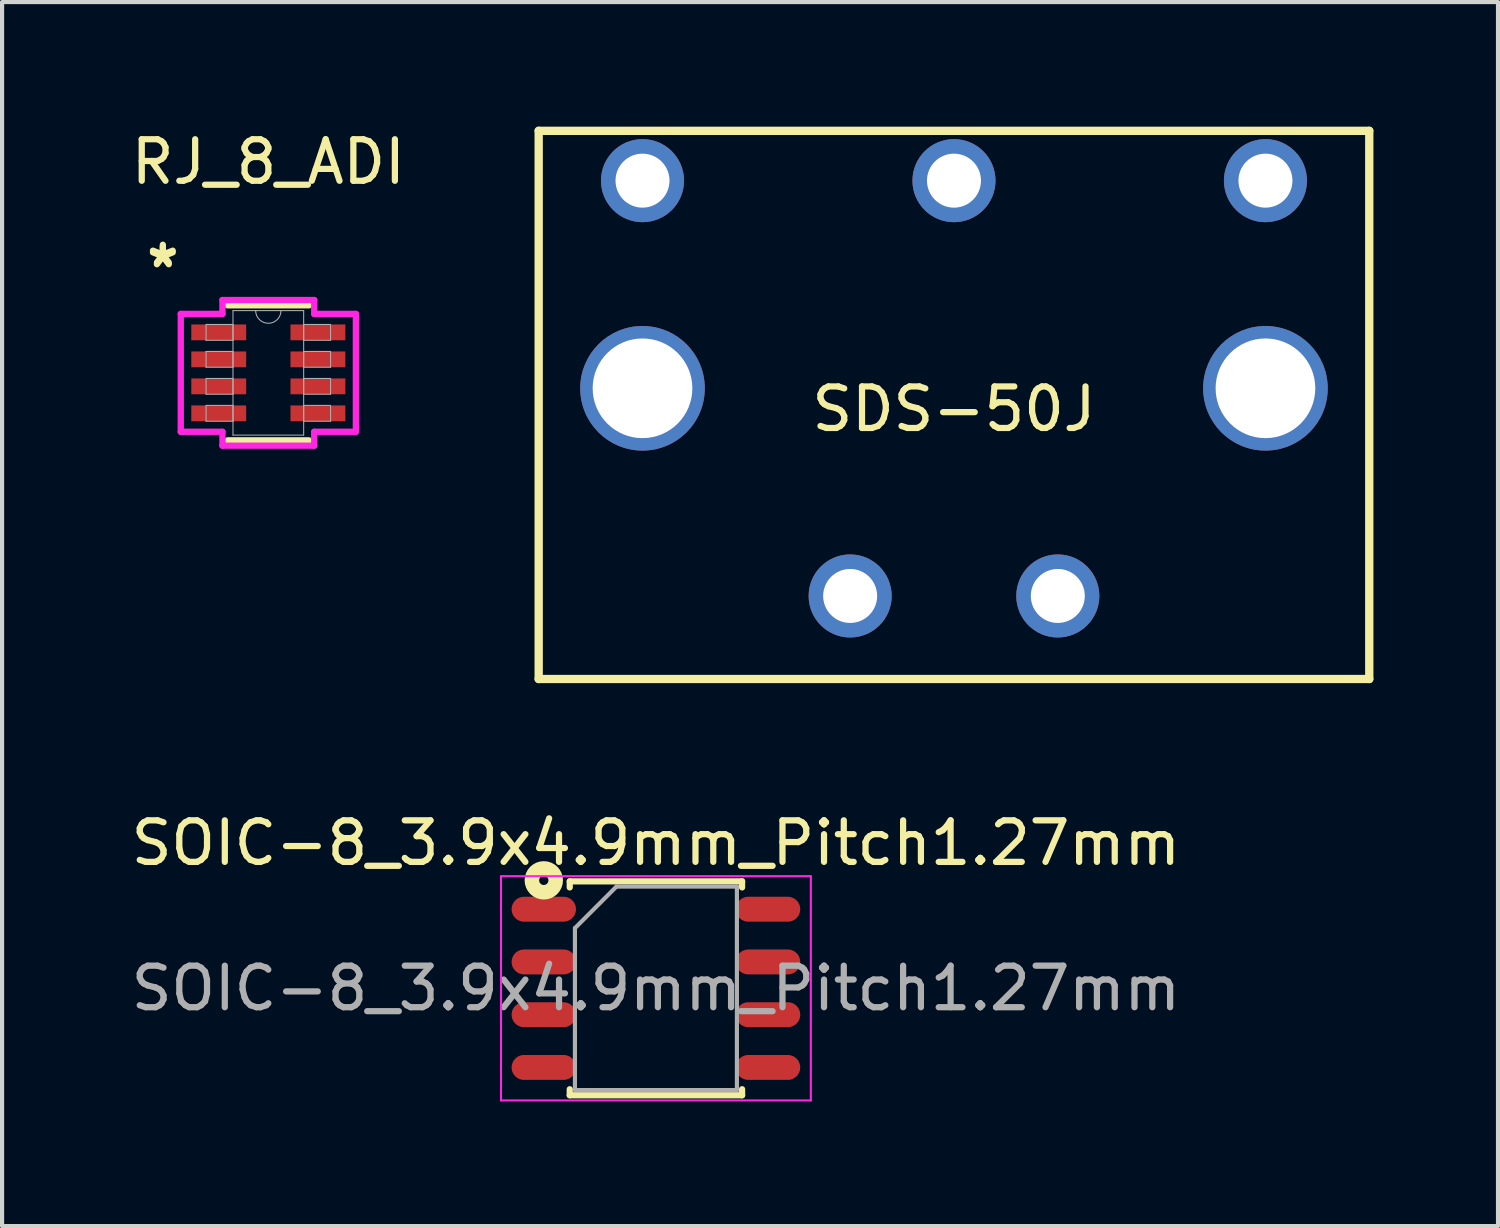
<source format=kicad_pcb>
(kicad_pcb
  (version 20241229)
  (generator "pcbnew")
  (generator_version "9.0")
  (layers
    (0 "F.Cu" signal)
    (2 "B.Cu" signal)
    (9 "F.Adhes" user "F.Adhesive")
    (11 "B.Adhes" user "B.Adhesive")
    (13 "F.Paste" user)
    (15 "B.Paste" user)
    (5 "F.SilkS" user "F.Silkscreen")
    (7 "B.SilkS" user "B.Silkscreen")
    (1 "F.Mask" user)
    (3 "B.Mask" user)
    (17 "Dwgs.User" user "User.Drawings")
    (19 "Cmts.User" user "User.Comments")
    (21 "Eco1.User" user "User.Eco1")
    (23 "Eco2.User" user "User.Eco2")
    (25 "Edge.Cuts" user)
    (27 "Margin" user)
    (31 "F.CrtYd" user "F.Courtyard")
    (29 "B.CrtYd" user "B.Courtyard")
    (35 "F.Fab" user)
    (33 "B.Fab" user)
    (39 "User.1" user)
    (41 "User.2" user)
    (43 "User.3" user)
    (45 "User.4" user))
  (footprint "SDS-50J"
    (layer "F.Cu")
    (at 19.921 6.3)
    (property "Reference" "SDS-50J" (at 0 0.5 0) (layer "F.SilkS") (effects (font (size 1 1) (thickness 0.15))))
    (attr through_hole)
    (fp_line (start -10 -6.2) (end 10 -6.2) (stroke (width 0.2) (type solid)) (layer "F.SilkS"))
    (fp_line (start -10 7) (end -10 -6.2) (stroke (width 0.2) (type solid)) (layer "F.SilkS"))
    (fp_line (start -10 7) (end 10 7) (stroke (width 0.2) (type solid)) (layer "F.SilkS"))
    (fp_line (start 10 7) (end 10 -6.2) (stroke (width 0.2) (type solid)) (layer "F.SilkS"))
    (pad "1" thru_hole circle (at 7.5 -5) (size 2 2) (drill 1.3) (layers "*.Cu" "*.Mask"))
    (pad "2" thru_hole circle (at 0 -5) (size 2 2) (drill 1.3) (layers "*.Cu" "*.Mask"))
    (pad "3" thru_hole circle (at -7.5 -5) (size 2 2) (drill 1.3) (layers "*.Cu" "*.Mask"))
    (pad "4" thru_hole circle (at -2.5 5) (size 2 2) (drill 1.3) (layers "*.Cu" "*.Mask"))
    (pad "5" thru_hole circle (at 2.5 5) (size 2 2) (drill 1.3) (layers "*.Cu" "*.Mask"))
    (pad "M" thru_hole circle (at -7.5 0) (size 3 3) (drill 2.4) (layers "*.Cu" "*.Mask"))
    (pad "M" thru_hole circle (at 7.5 0) (size 3 3) (drill 2.4) (layers "*.Cu" "*.Mask")))
  (footprint "RJ_8_ADI"
    (layer "F.Cu")
    (at 3.411 5.928)
    (property "Reference" "RJ_8_ADI" (at 0 -5.08 0) (unlocked yes) (layer "F.SilkS") (effects (font (size 1 1) (thickness 0.15))))
    (attr smd)
    (fp_line (start -0.978 1.626) (end 0.978 1.626) (stroke (width 0.152) (type solid)) (layer "F.SilkS"))
    (fp_line (start 0.978 -1.626) (end -0.978 -1.626) (stroke (width 0.152) (type solid)) (layer "F.SilkS"))
    (fp_line (start -2.108 -1.419) (end -1.105 -1.419) (stroke (width 0.152) (type solid)) (layer "F.CrtYd"))
    (fp_line (start -2.108 1.419) (end -2.108 -1.419) (stroke (width 0.152) (type solid)) (layer "F.CrtYd"))
    (fp_line (start -1.105 -1.753) (end 1.105 -1.753) (stroke (width 0.152) (type solid)) (layer "F.CrtYd"))
    (fp_line (start -1.105 -1.419) (end -1.105 -1.753) (stroke (width 0.152) (type solid)) (layer "F.CrtYd"))
    (fp_line (start -1.105 1.419) (end -2.108 1.419) (stroke (width 0.152) (type solid)) (layer "F.CrtYd"))
    (fp_line (start -1.105 1.753) (end -1.105 1.419) (stroke (width 0.152) (type solid)) (layer "F.CrtYd"))
    (fp_line (start 1.105 -1.753) (end 1.105 -1.419) (stroke (width 0.152) (type solid)) (layer "F.CrtYd"))
    (fp_line (start 1.105 -1.419) (end 2.108 -1.419) (stroke (width 0.152) (type solid)) (layer "F.CrtYd"))
    (fp_line (start 1.105 1.419) (end 1.105 1.753) (stroke (width 0.152) (type solid)) (layer "F.CrtYd"))
    (fp_line (start 1.105 1.753) (end -1.105 1.753) (stroke (width 0.152) (type solid)) (layer "F.CrtYd"))
    (fp_line (start 2.108 -1.419) (end 2.108 1.419) (stroke (width 0.152) (type solid)) (layer "F.CrtYd"))
    (fp_line (start 2.108 1.419) (end 1.105 1.419) (stroke (width 0.152) (type solid)) (layer "F.CrtYd"))
    (fp_line (start -1.499 -1.165) (end -1.499 -0.784) (stroke (width 0.025) (type solid)) (layer "F.Fab"))
    (fp_line (start -1.499 -0.784) (end -0.851 -0.784) (stroke (width 0.025) (type solid)) (layer "F.Fab"))
    (fp_line (start -1.499 -0.515) (end -1.499 -0.135) (stroke (width 0.025) (type solid)) (layer "F.Fab"))
    (fp_line (start -1.499 -0.135) (end -0.851 -0.135) (stroke (width 0.025) (type solid)) (layer "F.Fab"))
    (fp_line (start -1.499 0.135) (end -1.499 0.515) (stroke (width 0.025) (type solid)) (layer "F.Fab"))
    (fp_line (start -1.499 0.515) (end -0.851 0.515) (stroke (width 0.025) (type solid)) (layer "F.Fab"))
    (fp_line (start -1.499 0.784) (end -1.499 1.165) (stroke (width 0.025) (type solid)) (layer "F.Fab"))
    (fp_line (start -1.499 1.165) (end -0.851 1.165) (stroke (width 0.025) (type solid)) (layer "F.Fab"))
    (fp_line (start -0.851 -1.499) (end -0.851 1.499) (stroke (width 0.025) (type solid)) (layer "F.Fab"))
    (fp_line (start -0.851 -1.165) (end -1.499 -1.165) (stroke (width 0.025) (type solid)) (layer "F.Fab"))
    (fp_line (start -0.851 -0.784) (end -0.851 -1.165) (stroke (width 0.025) (type solid)) (layer "F.Fab"))
    (fp_line (start -0.851 -0.515) (end -1.499 -0.515) (stroke (width 0.025) (type solid)) (layer "F.Fab"))
    (fp_line (start -0.851 -0.135) (end -0.851 -0.515) (stroke (width 0.025) (type solid)) (layer "F.Fab"))
    (fp_line (start -0.851 0.135) (end -1.499 0.135) (stroke (width 0.025) (type solid)) (layer "F.Fab"))
    (fp_line (start -0.851 0.515) (end -0.851 0.135) (stroke (width 0.025) (type solid)) (layer "F.Fab"))
    (fp_line (start -0.851 0.784) (end -1.499 0.784) (stroke (width 0.025) (type solid)) (layer "F.Fab"))
    (fp_line (start -0.851 1.165) (end -0.851 0.784) (stroke (width 0.025) (type solid)) (layer "F.Fab"))
    (fp_line (start -0.851 1.499) (end 0.851 1.499) (stroke (width 0.025) (type solid)) (layer "F.Fab"))
    (fp_line (start 0.851 -1.499) (end -0.851 -1.499) (stroke (width 0.025) (type solid)) (layer "F.Fab"))
    (fp_line (start 0.851 -1.165) (end 0.851 -0.784) (stroke (width 0.025) (type solid)) (layer "F.Fab"))
    (fp_line (start 0.851 -0.784) (end 1.499 -0.784) (stroke (width 0.025) (type solid)) (layer "F.Fab"))
    (fp_line (start 0.851 -0.515) (end 0.851 -0.135) (stroke (width 0.025) (type solid)) (layer "F.Fab"))
    (fp_line (start 0.851 -0.135) (end 1.499 -0.135) (stroke (width 0.025) (type solid)) (layer "F.Fab"))
    (fp_line (start 0.851 0.135) (end 0.851 0.515) (stroke (width 0.025) (type solid)) (layer "F.Fab"))
    (fp_line (start 0.851 0.515) (end 1.499 0.515) (stroke (width 0.025) (type solid)) (layer "F.Fab"))
    (fp_line (start 0.851 0.784) (end 0.851 1.165) (stroke (width 0.025) (type solid)) (layer "F.Fab"))
    (fp_line (start 0.851 1.165) (end 1.499 1.165) (stroke (width 0.025) (type solid)) (layer "F.Fab"))
    (fp_line (start 0.851 1.499) (end 0.851 -1.499) (stroke (width 0.025) (type solid)) (layer "F.Fab"))
    (fp_line (start 1.499 -1.165) (end 0.851 -1.165) (stroke (width 0.025) (type solid)) (layer "F.Fab"))
    (fp_line (start 1.499 -0.784) (end 1.499 -1.165) (stroke (width 0.025) (type solid)) (layer "F.Fab"))
    (fp_line (start 1.499 -0.515) (end 0.851 -0.515) (stroke (width 0.025) (type solid)) (layer "F.Fab"))
    (fp_line (start 1.499 -0.135) (end 1.499 -0.515) (stroke (width 0.025) (type solid)) (layer "F.Fab"))
    (fp_line (start 1.499 0.135) (end 0.851 0.135) (stroke (width 0.025) (type solid)) (layer "F.Fab"))
    (fp_line (start 1.499 0.515) (end 1.499 0.135) (stroke (width 0.025) (type solid)) (layer "F.Fab"))
    (fp_line (start 1.499 0.784) (end 0.851 0.784) (stroke (width 0.025) (type solid)) (layer "F.Fab"))
    (fp_line (start 1.499 1.165) (end 1.499 0.784) (stroke (width 0.025) (type solid)) (layer "F.Fab"))
    (fp_arc (start 0.3048 -1.4986) (mid 0 -1.1938) (end -0.3048 -1.4986) (stroke (width 0.0254) (type solid)) (layer "F.Fab"))
    (fp_text user "*" (at -2.54 -2.499 0) (layer "F.SilkS") (effects (font (size 1 1) (thickness 0.15))))
    (fp_text user "*" (at -2.54 -2.54 0) (unlocked yes) (layer "F.SilkS") (effects (font (size 1 1) (thickness 0.15))))
    (pad "1" smd rect (at -1.194 -0.975) (size 1.321 0.381) (layers "F.Cu" "F.Mask" "F.Paste"))
    (pad "2" smd rect (at -1.194 -0.325) (size 1.321 0.381) (layers "F.Cu" "F.Mask" "F.Paste"))
    (pad "3" smd rect (at -1.194 0.325) (size 1.321 0.381) (layers "F.Cu" "F.Mask" "F.Paste"))
    (pad "4" smd rect (at -1.194 0.975) (size 1.321 0.381) (layers "F.Cu" "F.Mask" "F.Paste"))
    (pad "5" smd rect (at 1.194 0.975) (size 1.321 0.381) (layers "F.Cu" "F.Mask" "F.Paste"))
    (pad "6" smd rect (at 1.194 0.325) (size 1.321 0.381) (layers "F.Cu" "F.Mask" "F.Paste"))
    (pad "7" smd rect (at 1.194 -0.325) (size 1.321 0.381) (layers "F.Cu" "F.Mask" "F.Paste"))
    (pad "8" smd rect (at 1.194 -0.975) (size 1.321 0.381) (layers "F.Cu" "F.Mask" "F.Paste")))
  (footprint "SOIC-8_3.9x4.9mm_Pitch1.27mm"
    (layer "F.Cu")
    (at 12.744 20.748)
    (property "Reference" "SOIC-8_3.9x4.9mm_Pitch1.27mm" (at 0 -3.5 0) (layer "F.SilkS") (effects (font (size 1 1) (thickness 0.15))))
    (attr smd)
    (fp_line (start -2.075 -2.575) (end -2.075 -2.43) (stroke (width 0.15) (type solid)) (layer "F.SilkS"))
    (fp_line (start -2.075 -2.575) (end 2.075 -2.575) (stroke (width 0.15) (type solid)) (layer "F.SilkS"))
    (fp_line (start -2.075 2.575) (end -2.075 2.43) (stroke (width 0.15) (type solid)) (layer "F.SilkS"))
    (fp_line (start -2.075 2.575) (end 2.075 2.575) (stroke (width 0.15) (type solid)) (layer "F.SilkS"))
    (fp_line (start 2.075 -2.575) (end 2.075 -2.43) (stroke (width 0.15) (type solid)) (layer "F.SilkS"))
    (fp_line (start 2.075 2.575) (end 2.075 2.43) (stroke (width 0.15) (type solid)) (layer "F.SilkS"))
    (fp_circle (center -2.7 -2.6) (end -2.588 -2.6) (stroke (width 0.35) (type solid)) (fill no) (layer "F.SilkS"))
    (fp_line (start -3.73 -2.7) (end -3.73 2.7) (stroke (width 0.05) (type solid)) (layer "F.CrtYd"))
    (fp_line (start -3.73 -2.7) (end 3.73 -2.7) (stroke (width 0.05) (type solid)) (layer "F.CrtYd"))
    (fp_line (start -3.73 2.7) (end 3.73 2.7) (stroke (width 0.05) (type solid)) (layer "F.CrtYd"))
    (fp_line (start 3.73 -2.7) (end 3.73 2.7) (stroke (width 0.05) (type solid)) (layer "F.CrtYd"))
    (fp_line (start -1.95 -1.45) (end -0.95 -2.45) (stroke (width 0.1) (type solid)) (layer "F.Fab"))
    (fp_line (start -1.95 2.45) (end -1.95 -1.45) (stroke (width 0.1) (type solid)) (layer "F.Fab"))
    (fp_line (start -0.95 -2.45) (end 1.95 -2.45) (stroke (width 0.1) (type solid)) (layer "F.Fab"))
    (fp_line (start 1.95 -2.45) (end 1.95 2.45) (stroke (width 0.1) (type solid)) (layer "F.Fab"))
    (fp_line (start 1.95 2.45) (end -1.95 2.45) (stroke (width 0.1) (type solid)) (layer "F.Fab"))
    (fp_text user "${REFERENCE}" (at 0 0 0) (layer "F.Fab") (effects (font (size 1 1) (thickness 0.15))))
    (pad "1" smd oval (at -2.7 -1.905) (size 1.55 0.6) (layers "F.Cu" "F.Mask" "F.Paste"))
    (pad "2" smd oval (at -2.7 -0.635) (size 1.55 0.6) (layers "F.Cu" "F.Mask" "F.Paste"))
    (pad "3" smd oval (at -2.7 0.635) (size 1.55 0.6) (layers "F.Cu" "F.Mask" "F.Paste"))
    (pad "4" smd oval (at -2.7 1.905) (size 1.55 0.6) (layers "F.Cu" "F.Mask" "F.Paste"))
    (pad "5" smd oval (at 2.7 1.905) (size 1.55 0.6) (layers "F.Cu" "F.Mask" "F.Paste"))
    (pad "6" smd oval (at 2.7 0.635) (size 1.55 0.6) (layers "F.Cu" "F.Mask" "F.Paste"))
    (pad "7" smd oval (at 2.7 -0.635) (size 1.55 0.6) (layers "F.Cu" "F.Mask" "F.Paste"))
    (pad "8" smd oval (at 2.7 -1.905) (size 1.55 0.6) (layers "F.Cu" "F.Mask" "F.Paste")))
  (gr_rect
    (start -3 -3)
    (end 33.021 26.473)
    (stroke (width 0.1) (type default))
    (fill no)
    (layer "Edge.Cuts")))
</source>
